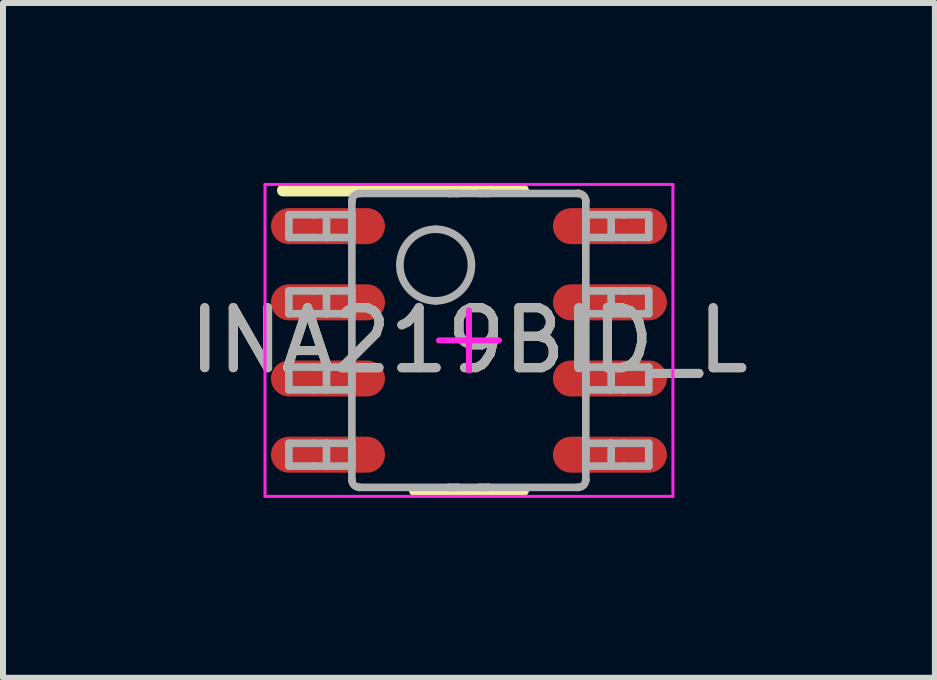
<source format=kicad_pcb>
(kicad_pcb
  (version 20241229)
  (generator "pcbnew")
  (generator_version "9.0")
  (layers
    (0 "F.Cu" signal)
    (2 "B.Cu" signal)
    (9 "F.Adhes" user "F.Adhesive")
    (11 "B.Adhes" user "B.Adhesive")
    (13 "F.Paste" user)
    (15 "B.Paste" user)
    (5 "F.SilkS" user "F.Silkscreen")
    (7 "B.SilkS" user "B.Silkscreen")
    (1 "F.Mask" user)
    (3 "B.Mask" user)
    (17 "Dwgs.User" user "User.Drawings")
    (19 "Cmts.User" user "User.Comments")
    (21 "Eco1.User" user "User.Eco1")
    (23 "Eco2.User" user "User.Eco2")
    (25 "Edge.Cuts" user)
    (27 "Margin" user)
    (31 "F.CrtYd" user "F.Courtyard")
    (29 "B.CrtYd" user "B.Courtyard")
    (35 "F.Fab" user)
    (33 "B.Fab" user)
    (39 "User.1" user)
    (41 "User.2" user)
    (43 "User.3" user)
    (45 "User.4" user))
  (footprint "INA219BID_L"
    (layer "F.Cu")
    (at 4.768 2.625)
    (property "Reference" "INA219BID_L" (at 0 0 0) (unlocked yes) (layer "F.SilkS") (effects (font (size 1 1) (thickness 0.15))))
    (attr smd)
    (fp_line (start -3.1 -2.5) (end 0.9 -2.5) (stroke (width 0.2) (type solid)) (layer "F.SilkS"))
    (fp_line (start -0.9 2.5) (end 0.9 2.5) (stroke (width 0.2) (type solid)) (layer "F.SilkS"))
    (fp_line (start -3.4 -2.6) (end 3.4 -2.6) (stroke (width 0.05) (type solid)) (layer "F.CrtYd"))
    (fp_line (start -3.4 2.6) (end -3.4 -2.6) (stroke (width 0.05) (type solid)) (layer "F.CrtYd"))
    (fp_line (start -3.4 2.6) (end 3.4 2.6) (stroke (width 0.05) (type solid)) (layer "F.CrtYd"))
    (fp_line (start -0.5 0) (end 0.5 0) (stroke (width 0.1) (type solid)) (layer "F.CrtYd"))
    (fp_line (start 0 0.5) (end 0 -0.5) (stroke (width 0.1) (type solid)) (layer "F.CrtYd"))
    (fp_line (start 3.4 2.6) (end 3.4 -2.6) (stroke (width 0.05) (type solid)) (layer "F.CrtYd"))
    (fp_line (start -3.002 -2.095) (end -2.589 -2.095) (stroke (width 0.127) (type solid)) (layer "F.Fab"))
    (fp_line (start -3.002 -1.715) (end -3.002 -2.095) (stroke (width 0.127) (type solid)) (layer "F.Fab"))
    (fp_line (start -3.002 -1.715) (end -2.589 -1.715) (stroke (width 0.127) (type solid)) (layer "F.Fab"))
    (fp_line (start -3.002 -0.825) (end -2.589 -0.825) (stroke (width 0.127) (type solid)) (layer "F.Fab"))
    (fp_line (start -3.002 -0.445) (end -3.002 -0.825) (stroke (width 0.127) (type solid)) (layer "F.Fab"))
    (fp_line (start -3.002 -0.445) (end -2.589 -0.445) (stroke (width 0.127) (type solid)) (layer "F.Fab"))
    (fp_line (start -3.002 0.445) (end -2.589 0.445) (stroke (width 0.127) (type solid)) (layer "F.Fab"))
    (fp_line (start -3.002 0.825) (end -3.002 0.445) (stroke (width 0.127) (type solid)) (layer "F.Fab"))
    (fp_line (start -3.002 0.825) (end -2.589 0.825) (stroke (width 0.127) (type solid)) (layer "F.Fab"))
    (fp_line (start -3.002 1.715) (end -2.589 1.715) (stroke (width 0.127) (type solid)) (layer "F.Fab"))
    (fp_line (start -3.002 2.095) (end -3.002 1.715) (stroke (width 0.127) (type solid)) (layer "F.Fab"))
    (fp_line (start -3.002 2.095) (end -2.589 2.095) (stroke (width 0.127) (type solid)) (layer "F.Fab"))
    (fp_line (start -2.589 -2.095) (end -2.375 -2.095) (stroke (width 0.127) (type solid)) (layer "F.Fab"))
    (fp_line (start -2.589 -1.715) (end -2.375 -1.715) (stroke (width 0.127) (type solid)) (layer "F.Fab"))
    (fp_line (start -2.589 -0.825) (end -2.375 -0.825) (stroke (width 0.127) (type solid)) (layer "F.Fab"))
    (fp_line (start -2.589 -0.445) (end -2.375 -0.445) (stroke (width 0.127) (type solid)) (layer "F.Fab"))
    (fp_line (start -2.589 0.445) (end -2.375 0.445) (stroke (width 0.127) (type solid)) (layer "F.Fab"))
    (fp_line (start -2.589 0.825) (end -2.375 0.825) (stroke (width 0.127) (type solid)) (layer "F.Fab"))
    (fp_line (start -2.589 1.715) (end -2.375 1.715) (stroke (width 0.127) (type solid)) (layer "F.Fab"))
    (fp_line (start -2.589 2.095) (end -2.375 2.095) (stroke (width 0.127) (type solid)) (layer "F.Fab"))
    (fp_line (start -2.375 -2.095) (end -1.995 -2.095) (stroke (width 0.127) (type solid)) (layer "F.Fab"))
    (fp_line (start -2.375 -1.715) (end -2.375 -2.095) (stroke (width 0.127) (type solid)) (layer "F.Fab"))
    (fp_line (start -2.375 -1.715) (end -1.995 -1.715) (stroke (width 0.127) (type solid)) (layer "F.Fab"))
    (fp_line (start -2.375 -0.825) (end -1.995 -0.825) (stroke (width 0.127) (type solid)) (layer "F.Fab"))
    (fp_line (start -2.375 -0.445) (end -2.375 -0.825) (stroke (width 0.127) (type solid)) (layer "F.Fab"))
    (fp_line (start -2.375 -0.445) (end -1.995 -0.445) (stroke (width 0.127) (type solid)) (layer "F.Fab"))
    (fp_line (start -2.375 0.445) (end -1.995 0.445) (stroke (width 0.127) (type solid)) (layer "F.Fab"))
    (fp_line (start -2.375 0.825) (end -2.375 0.445) (stroke (width 0.127) (type solid)) (layer "F.Fab"))
    (fp_line (start -2.375 0.825) (end -1.995 0.825) (stroke (width 0.127) (type solid)) (layer "F.Fab"))
    (fp_line (start -2.375 1.715) (end -1.995 1.715) (stroke (width 0.127) (type solid)) (layer "F.Fab"))
    (fp_line (start -2.375 2.095) (end -2.375 1.715) (stroke (width 0.127) (type solid)) (layer "F.Fab"))
    (fp_line (start -2.375 2.095) (end -1.995 2.095) (stroke (width 0.127) (type solid)) (layer "F.Fab"))
    (fp_line (start -1.995 -2.095) (end -1.952 -2.095) (stroke (width 0.127) (type solid)) (layer "F.Fab"))
    (fp_line (start -1.995 -1.715) (end -1.952 -1.715) (stroke (width 0.127) (type solid)) (layer "F.Fab"))
    (fp_line (start -1.995 -0.825) (end -1.952 -0.825) (stroke (width 0.127) (type solid)) (layer "F.Fab"))
    (fp_line (start -1.995 -0.445) (end -1.952 -0.445) (stroke (width 0.127) (type solid)) (layer "F.Fab"))
    (fp_line (start -1.995 0.445) (end -1.952 0.445) (stroke (width 0.127) (type solid)) (layer "F.Fab"))
    (fp_line (start -1.995 0.825) (end -1.952 0.825) (stroke (width 0.127) (type solid)) (layer "F.Fab"))
    (fp_line (start -1.995 1.715) (end -1.952 1.715) (stroke (width 0.127) (type solid)) (layer "F.Fab"))
    (fp_line (start -1.995 2.095) (end -1.952 2.095) (stroke (width 0.127) (type solid)) (layer "F.Fab"))
    (fp_line (start -1.952 -2.323) (end -1.952 -2.324) (stroke (width 0.127) (type solid)) (layer "F.Fab"))
    (fp_line (start -1.952 -1.715) (end -1.952 -2.095) (stroke (width 0.127) (type solid)) (layer "F.Fab"))
    (fp_line (start -1.952 -0.445) (end -1.952 -0.825) (stroke (width 0.127) (type solid)) (layer "F.Fab"))
    (fp_line (start -1.952 0.825) (end -1.952 0.445) (stroke (width 0.127) (type solid)) (layer "F.Fab"))
    (fp_line (start -1.952 2.095) (end -1.952 1.715) (stroke (width 0.127) (type solid)) (layer "F.Fab"))
    (fp_line (start -1.952 2.323) (end -1.952 -2.323) (stroke (width 0.127) (type solid)) (layer "F.Fab"))
    (fp_line (start -1.952 2.324) (end -1.952 2.323) (stroke (width 0.127) (type solid)) (layer "F.Fab"))
    (fp_line (start -1.826 -2.45) (end -1.825 -2.45) (stroke (width 0.127) (type solid)) (layer "F.Fab"))
    (fp_line (start -1.826 2.45) (end -1.825 2.45) (stroke (width 0.127) (type solid)) (layer "F.Fab"))
    (fp_line (start -1.825 -2.45) (end -0.332 -2.45) (stroke (width 0.127) (type solid)) (layer "F.Fab"))
    (fp_line (start -1.825 2.45) (end -0.332 2.45) (stroke (width 0.127) (type solid)) (layer "F.Fab"))
    (fp_line (start -0.332 -2.45) (end -0.182 -2.45) (stroke (width 0.127) (type solid)) (layer "F.Fab"))
    (fp_line (start -0.332 -2.45) (end -0.182 -2.45) (stroke (width 0.127) (type solid)) (layer "F.Fab"))
    (fp_line (start -0.332 2.45) (end -0.182 2.45) (stroke (width 0.127) (type solid)) (layer "F.Fab"))
    (fp_line (start -0.332 2.45) (end -0.182 2.45) (stroke (width 0.127) (type solid)) (layer "F.Fab"))
    (fp_line (start -0.182 -2.45) (end 0.178 -2.45) (stroke (width 0.127) (type solid)) (layer "F.Fab"))
    (fp_line (start -0.182 2.45) (end 0.178 2.45) (stroke (width 0.127) (type solid)) (layer "F.Fab"))
    (fp_line (start 0.178 -2.45) (end 0.328 -2.45) (stroke (width 0.127) (type solid)) (layer "F.Fab"))
    (fp_line (start 0.178 -2.45) (end 0.328 -2.45) (stroke (width 0.127) (type solid)) (layer "F.Fab"))
    (fp_line (start 0.178 2.45) (end 0.328 2.45) (stroke (width 0.127) (type solid)) (layer "F.Fab"))
    (fp_line (start 0.178 2.45) (end 0.328 2.45) (stroke (width 0.127) (type solid)) (layer "F.Fab"))
    (fp_line (start 0.328 -2.45) (end 1.821 -2.45) (stroke (width 0.127) (type solid)) (layer "F.Fab"))
    (fp_line (start 0.328 2.45) (end 1.821 2.45) (stroke (width 0.127) (type solid)) (layer "F.Fab"))
    (fp_line (start 1.821 -2.45) (end 1.822 -2.45) (stroke (width 0.127) (type solid)) (layer "F.Fab"))
    (fp_line (start 1.821 2.45) (end 1.822 2.45) (stroke (width 0.127) (type solid)) (layer "F.Fab"))
    (fp_line (start 1.948 -2.323) (end 1.948 -2.324) (stroke (width 0.127) (type solid)) (layer "F.Fab"))
    (fp_line (start 1.948 -2.095) (end 1.991 -2.095) (stroke (width 0.127) (type solid)) (layer "F.Fab"))
    (fp_line (start 1.948 -1.715) (end 1.948 -2.095) (stroke (width 0.127) (type solid)) (layer "F.Fab"))
    (fp_line (start 1.948 -1.715) (end 1.991 -1.715) (stroke (width 0.127) (type solid)) (layer "F.Fab"))
    (fp_line (start 1.948 -0.825) (end 1.991 -0.825) (stroke (width 0.127) (type solid)) (layer "F.Fab"))
    (fp_line (start 1.948 -0.445) (end 1.948 -0.825) (stroke (width 0.127) (type solid)) (layer "F.Fab"))
    (fp_line (start 1.948 -0.445) (end 1.991 -0.445) (stroke (width 0.127) (type solid)) (layer "F.Fab"))
    (fp_line (start 1.948 0.445) (end 1.991 0.445) (stroke (width 0.127) (type solid)) (layer "F.Fab"))
    (fp_line (start 1.948 0.825) (end 1.948 0.445) (stroke (width 0.127) (type solid)) (layer "F.Fab"))
    (fp_line (start 1.948 0.825) (end 1.991 0.825) (stroke (width 0.127) (type solid)) (layer "F.Fab"))
    (fp_line (start 1.948 1.715) (end 1.991 1.715) (stroke (width 0.127) (type solid)) (layer "F.Fab"))
    (fp_line (start 1.948 2.095) (end 1.948 1.715) (stroke (width 0.127) (type solid)) (layer "F.Fab"))
    (fp_line (start 1.948 2.095) (end 1.991 2.095) (stroke (width 0.127) (type solid)) (layer "F.Fab"))
    (fp_line (start 1.948 2.323) (end 1.948 -2.323) (stroke (width 0.127) (type solid)) (layer "F.Fab"))
    (fp_line (start 1.948 2.324) (end 1.948 2.323) (stroke (width 0.127) (type solid)) (layer "F.Fab"))
    (fp_line (start 1.991 -2.095) (end 2.371 -2.095) (stroke (width 0.127) (type solid)) (layer "F.Fab"))
    (fp_line (start 1.991 -1.715) (end 2.371 -1.715) (stroke (width 0.127) (type solid)) (layer "F.Fab"))
    (fp_line (start 1.991 -0.825) (end 2.371 -0.825) (stroke (width 0.127) (type solid)) (layer "F.Fab"))
    (fp_line (start 1.991 -0.445) (end 2.371 -0.445) (stroke (width 0.127) (type solid)) (layer "F.Fab"))
    (fp_line (start 1.991 0.445) (end 2.371 0.445) (stroke (width 0.127) (type solid)) (layer "F.Fab"))
    (fp_line (start 1.991 0.825) (end 2.371 0.825) (stroke (width 0.127) (type solid)) (layer "F.Fab"))
    (fp_line (start 1.991 1.715) (end 2.371 1.715) (stroke (width 0.127) (type solid)) (layer "F.Fab"))
    (fp_line (start 1.991 2.095) (end 2.371 2.095) (stroke (width 0.127) (type solid)) (layer "F.Fab"))
    (fp_line (start 2.371 -2.095) (end 2.585 -2.095) (stroke (width 0.127) (type solid)) (layer "F.Fab"))
    (fp_line (start 2.371 -1.715) (end 2.371 -2.095) (stroke (width 0.127) (type solid)) (layer "F.Fab"))
    (fp_line (start 2.371 -1.715) (end 2.585 -1.715) (stroke (width 0.127) (type solid)) (layer "F.Fab"))
    (fp_line (start 2.371 -0.825) (end 2.585 -0.825) (stroke (width 0.127) (type solid)) (layer "F.Fab"))
    (fp_line (start 2.371 -0.445) (end 2.371 -0.825) (stroke (width 0.127) (type solid)) (layer "F.Fab"))
    (fp_line (start 2.371 -0.445) (end 2.585 -0.445) (stroke (width 0.127) (type solid)) (layer "F.Fab"))
    (fp_line (start 2.371 0.445) (end 2.585 0.445) (stroke (width 0.127) (type solid)) (layer "F.Fab"))
    (fp_line (start 2.371 0.825) (end 2.371 0.445) (stroke (width 0.127) (type solid)) (layer "F.Fab"))
    (fp_line (start 2.371 0.825) (end 2.585 0.825) (stroke (width 0.127) (type solid)) (layer "F.Fab"))
    (fp_line (start 2.371 1.715) (end 2.585 1.715) (stroke (width 0.127) (type solid)) (layer "F.Fab"))
    (fp_line (start 2.371 2.095) (end 2.371 1.715) (stroke (width 0.127) (type solid)) (layer "F.Fab"))
    (fp_line (start 2.371 2.095) (end 2.585 2.095) (stroke (width 0.127) (type solid)) (layer "F.Fab"))
    (fp_line (start 2.585 -2.095) (end 2.998 -2.095) (stroke (width 0.127) (type solid)) (layer "F.Fab"))
    (fp_line (start 2.585 -1.715) (end 2.998 -1.715) (stroke (width 0.127) (type solid)) (layer "F.Fab"))
    (fp_line (start 2.585 -0.825) (end 2.998 -0.825) (stroke (width 0.127) (type solid)) (layer "F.Fab"))
    (fp_line (start 2.585 -0.445) (end 2.998 -0.445) (stroke (width 0.127) (type solid)) (layer "F.Fab"))
    (fp_line (start 2.585 0.445) (end 2.998 0.445) (stroke (width 0.127) (type solid)) (layer "F.Fab"))
    (fp_line (start 2.585 0.825) (end 2.998 0.825) (stroke (width 0.127) (type solid)) (layer "F.Fab"))
    (fp_line (start 2.585 1.715) (end 2.998 1.715) (stroke (width 0.127) (type solid)) (layer "F.Fab"))
    (fp_line (start 2.585 2.095) (end 2.998 2.095) (stroke (width 0.127) (type solid)) (layer "F.Fab"))
    (fp_line (start 2.998 -1.715) (end 2.998 -2.095) (stroke (width 0.127) (type solid)) (layer "F.Fab"))
    (fp_line (start 2.998 -0.445) (end 2.998 -0.825) (stroke (width 0.127) (type solid)) (layer "F.Fab"))
    (fp_line (start 2.998 0.825) (end 2.998 0.445) (stroke (width 0.127) (type solid)) (layer "F.Fab"))
    (fp_line (start 2.998 2.095) (end 2.998 1.715) (stroke (width 0.127) (type solid)) (layer "F.Fab"))
    (fp_arc (start -1.952002 -2.323941) (mid -1.914806 -2.412806) (end -1.825941 -2.450002) (stroke (width 0.127) (type solid)) (layer "F.Fab"))
    (fp_arc (start -1.825941 2.449992) (mid -1.914806 2.412795) (end -1.952002 2.323931) (stroke (width 0.127) (type solid)) (layer "F.Fab"))
    (fp_arc (start -0.555 -1.8531) (mid 0.0419 -1.2562) (end -0.555 -0.6593) (stroke (width 0.127) (type solid)) (layer "F.Fab"))
    (fp_arc (start -0.555 -0.6593) (mid -1.1519 -1.2562) (end -0.555 -1.8531) (stroke (width 0.127) (type solid)) (layer "F.Fab"))
    (fp_arc (start 1.821933 -2.450002) (mid 1.910797 -2.412806) (end 1.947994 -2.323941) (stroke (width 0.127) (type solid)) (layer "F.Fab"))
    (fp_arc (start 1.947994 2.323931) (mid 1.910797 2.412795) (end 1.821933 2.449992) (stroke (width 0.127) (type solid)) (layer "F.Fab"))
    (fp_text user "${REFERENCE}" (at 0 0 0) (unlocked yes) (layer "F.Fab") (effects (font (size 1 1) (thickness 0.15))))
    (pad "1" smd oval (at -2.35 -1.905 90) (size 0.6 1.9) (layers "F.Cu" "F.Mask" "F.Paste"))
    (pad "2" smd oval (at -2.35 -0.635 90) (size 0.6 1.9) (layers "F.Cu" "F.Mask" "F.Paste"))
    (pad "3" smd oval (at -2.35 0.635 90) (size 0.6 1.9) (layers "F.Cu" "F.Mask" "F.Paste"))
    (pad "4" smd oval (at -2.35 1.905 90) (size 0.6 1.9) (layers "F.Cu" "F.Mask" "F.Paste"))
    (pad "5" smd oval (at 2.35 1.905 90) (size 0.6 1.9) (layers "F.Cu" "F.Mask" "F.Paste"))
    (pad "6" smd oval (at 2.35 0.635 90) (size 0.6 1.9) (layers "F.Cu" "F.Mask" "F.Paste"))
    (pad "7" smd oval (at 2.35 -0.635 90) (size 0.6 1.9) (layers "F.Cu" "F.Mask" "F.Paste"))
    (pad "8" smd oval (at 2.35 -1.905 90) (size 0.6 1.9) (layers "F.Cu" "F.Mask" "F.Paste")))
  (gr_rect
    (start -3 -3)
    (end 12.536 8.25)
    (stroke (width 0.1) (type default))
    (fill no)
    (layer "Edge.Cuts")))
</source>
